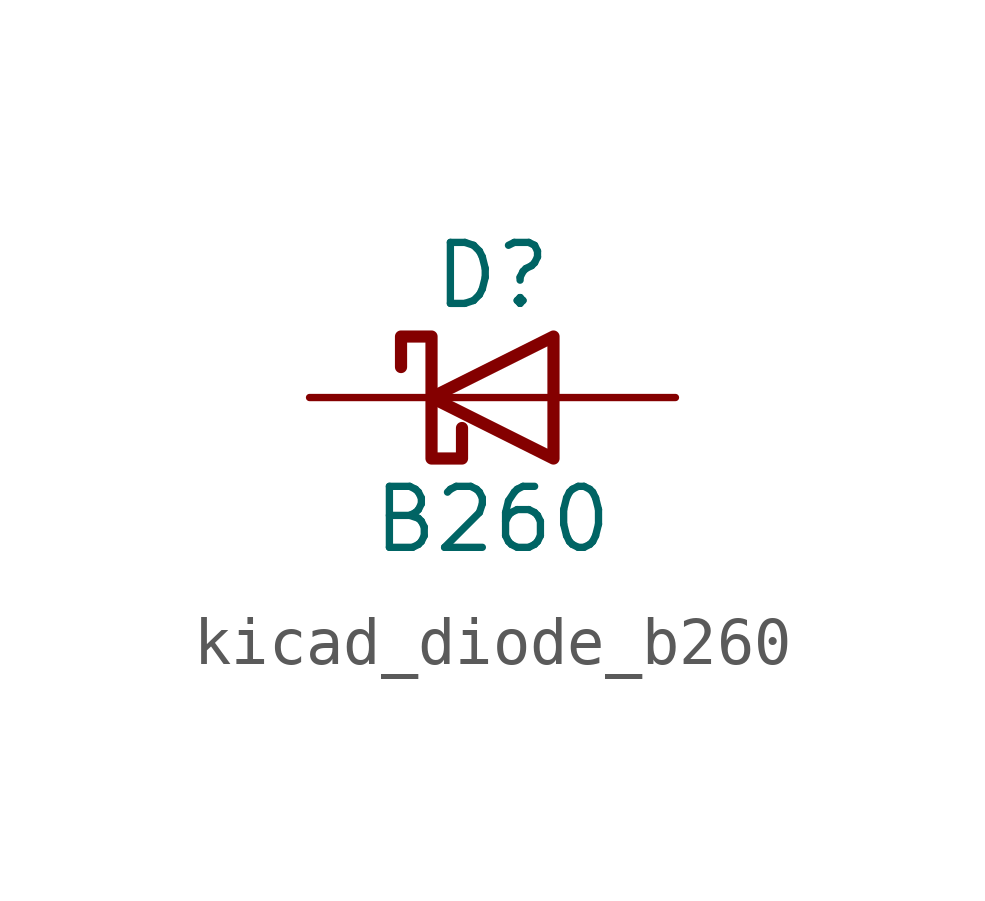
<source format=kicad_sym>
(kicad_symbol_lib
  (version 20220914)
  (generator kicad_symbol_editor)
  (symbol "kicad_diode_b260"
    (pin_numbers hide)
    (pin_names
      (offset 1.016) hide)
    (property "Reference" "D"
      (at 0 2.54 0)
      (effects (font (size 1.27 1.27))))
    (property "Value" "B260"
      (at 0 -2.54 0)
      (effects (font (size 1.27 1.27))))
    (symbol "kicad_diode_b260_0_1"
      (polyline (pts (xy 1.27 0) (xy -1.27 0)) (stroke (width 0) (type default)) (fill (type none)))
      (polyline (pts (xy 1.27 1.27) (xy 1.27 -1.27) (xy -1.27 0) (xy 1.27 1.27)) (stroke (width 0.254) (type default)) (fill (type none)))
      (polyline (pts (xy -1.905 0.635) (xy -1.905 1.27) (xy -1.27 1.27) (xy -1.27 -1.27) (xy -0.635 -1.27) (xy -0.635 -0.635)) (stroke (width 0.254) (type default)) (fill (type none))))
    (symbol "kicad_diode_b260_1_1"
      (pin passive line (at -3.81 0 0) (length 2.54) (name "K" (effects (font (size 1.27 1.27)))) (number "1" (effects (font (size 1.27 1.27)))))
      (pin passive line (at 3.81 0 180) (length 2.54) (name "A" (effects (font (size 1.27 1.27)))) (number "2" (effects (font (size 1.27 1.27))))))))
</source>
